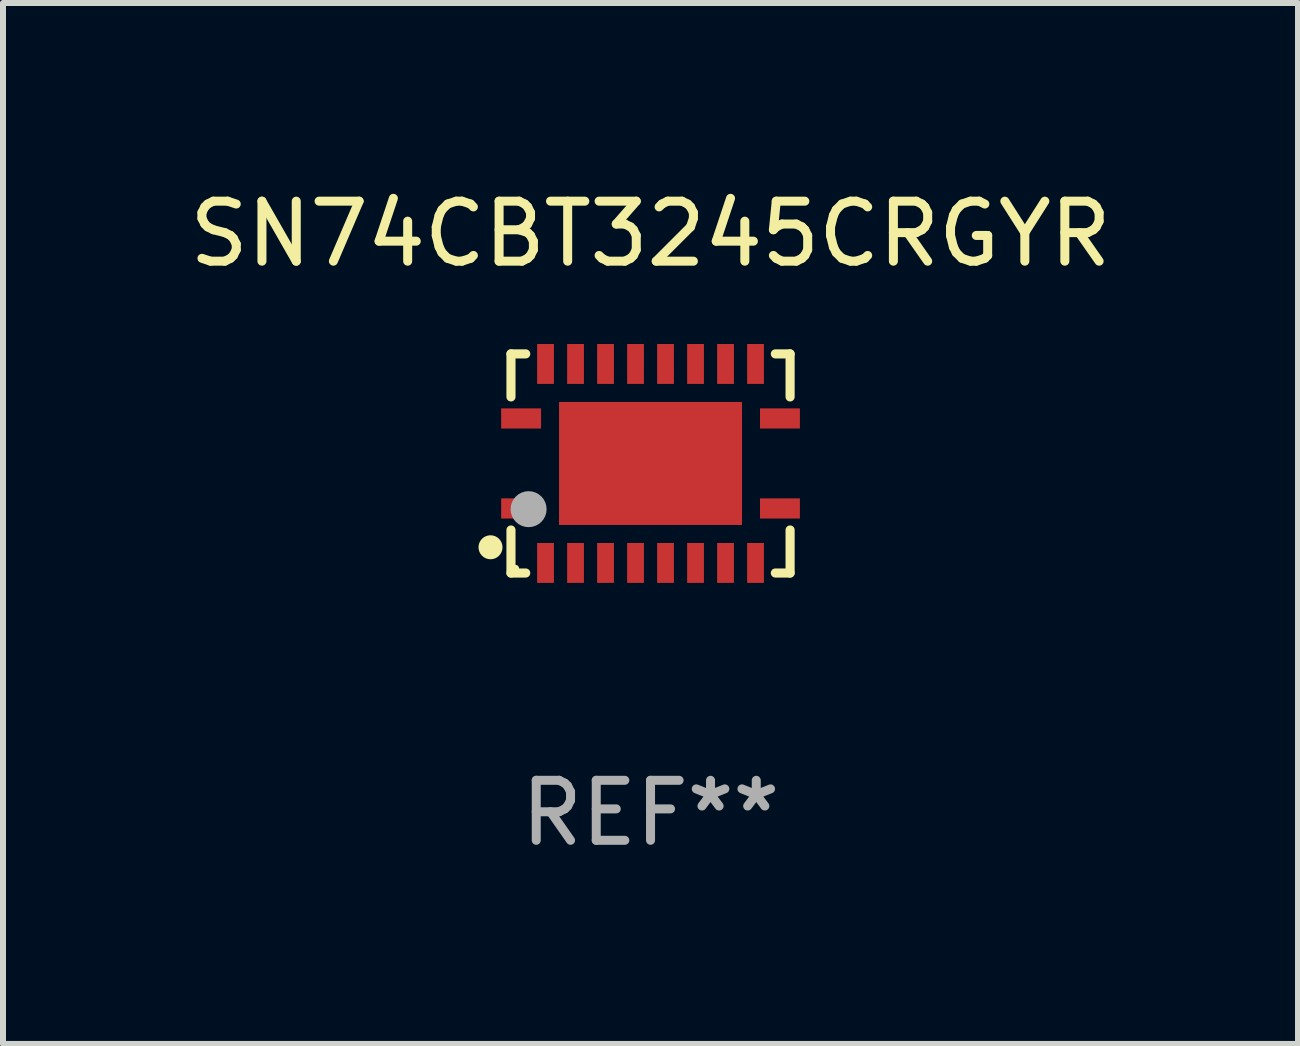
<source format=kicad_pcb>
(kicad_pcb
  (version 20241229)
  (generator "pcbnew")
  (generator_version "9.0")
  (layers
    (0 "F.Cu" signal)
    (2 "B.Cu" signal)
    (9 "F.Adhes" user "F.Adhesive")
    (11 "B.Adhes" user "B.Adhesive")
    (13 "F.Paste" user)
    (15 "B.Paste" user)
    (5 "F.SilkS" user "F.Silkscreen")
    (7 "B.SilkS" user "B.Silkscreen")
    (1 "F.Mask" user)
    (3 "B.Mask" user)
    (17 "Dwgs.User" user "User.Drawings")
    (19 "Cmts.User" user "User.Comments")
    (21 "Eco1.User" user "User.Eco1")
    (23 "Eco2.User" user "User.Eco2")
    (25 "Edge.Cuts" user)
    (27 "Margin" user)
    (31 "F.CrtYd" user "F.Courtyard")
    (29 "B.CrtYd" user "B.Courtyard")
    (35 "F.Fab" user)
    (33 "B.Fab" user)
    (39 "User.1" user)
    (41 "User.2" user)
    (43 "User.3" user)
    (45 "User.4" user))
  (footprint "SN74CBT3245CRGYR"
    (layer "F.Cu")
    (at 7.792 4.674)
    (property "Reference" "SN74CBT3245CRGYR" (at 0 -3.826 0) (layer "F.SilkS") (effects (font (size 1 1) (thickness 0.15))))
    (attr through_hole)
    (fp_line (start -2.326 -1.826) (end -2.08 -1.826) (stroke (width 0.152) (type solid)) (layer "F.SilkS"))
    (fp_line (start -2.326 -1.109) (end -2.326 -1.826) (stroke (width 0.152) (type solid)) (layer "F.SilkS"))
    (fp_line (start -2.326 1.109) (end -2.326 1.826) (stroke (width 0.152) (type solid)) (layer "F.SilkS"))
    (fp_line (start -2.326 1.826) (end -2.08 1.826) (stroke (width 0.152) (type solid)) (layer "F.SilkS"))
    (fp_line (start 2.326 -1.826) (end 2.08 -1.826) (stroke (width 0.152) (type solid)) (layer "F.SilkS"))
    (fp_line (start 2.326 -1.109) (end 2.326 -1.826) (stroke (width 0.152) (type solid)) (layer "F.SilkS"))
    (fp_line (start 2.326 1.109) (end 2.326 1.826) (stroke (width 0.152) (type solid)) (layer "F.SilkS"))
    (fp_line (start 2.326 1.826) (end 2.08 1.826) (stroke (width 0.152) (type solid)) (layer "F.SilkS"))
    (fp_circle (center -2.667 1.397) (end -2.567 1.397) (stroke (width 0.2) (type solid)) (fill no) (layer "F.SilkS"))
    (fp_circle (center -2.25 1.75) (end -2.22 1.75) (stroke (width 0.06) (type solid)) (fill no) (layer "F.SilkS"))
    (fp_circle (center -2.032 0.762) (end -1.882 0.762) (stroke (width 0.3) (type solid)) (fill no) (layer "F.Fab"))
    (fp_text user "REF**" (at 0 5.826 0) (layer "F.Fab") (effects (font (size 1 1) (thickness 0.15))))
    (pad "1" smd rect (at -2.157 0.75) (size 0.665 0.336) (layers "F.Cu" "F.Mask" "F.Paste"))
    (pad "2" smd rect (at -1.75 1.658) (size 0.28 0.665) (layers "F.Cu" "F.Mask" "F.Paste"))
    (pad "3" smd rect (at -1.25 1.658) (size 0.28 0.665) (layers "F.Cu" "F.Mask" "F.Paste"))
    (pad "4" smd rect (at -0.75 1.658) (size 0.28 0.665) (layers "F.Cu" "F.Mask" "F.Paste"))
    (pad "5" smd rect (at -0.25 1.658) (size 0.28 0.665) (layers "F.Cu" "F.Mask" "F.Paste"))
    (pad "6" smd rect (at 0.25 1.658) (size 0.28 0.665) (layers "F.Cu" "F.Mask" "F.Paste"))
    (pad "7" smd rect (at 0.75 1.658) (size 0.28 0.665) (layers "F.Cu" "F.Mask" "F.Paste"))
    (pad "8" smd rect (at 1.25 1.658) (size 0.28 0.665) (layers "F.Cu" "F.Mask" "F.Paste"))
    (pad "9" smd rect (at 1.75 1.658) (size 0.28 0.665) (layers "F.Cu" "F.Mask" "F.Paste"))
    (pad "10" smd rect (at 2.157 0.75) (size 0.665 0.336) (layers "F.Cu" "F.Mask" "F.Paste"))
    (pad "11" smd rect (at 2.157 -0.75) (size 0.665 0.336) (layers "F.Cu" "F.Mask" "F.Paste"))
    (pad "12" smd rect (at 1.75 -1.658) (size 0.28 0.665) (layers "F.Cu" "F.Mask" "F.Paste"))
    (pad "13" smd rect (at 1.25 -1.658) (size 0.28 0.665) (layers "F.Cu" "F.Mask" "F.Paste"))
    (pad "14" smd rect (at 0.75 -1.658) (size 0.28 0.665) (layers "F.Cu" "F.Mask" "F.Paste"))
    (pad "15" smd rect (at 0.25 -1.658) (size 0.28 0.665) (layers "F.Cu" "F.Mask" "F.Paste"))
    (pad "16" smd rect (at -0.25 -1.658) (size 0.28 0.665) (layers "F.Cu" "F.Mask" "F.Paste"))
    (pad "17" smd rect (at -0.75 -1.658) (size 0.28 0.665) (layers "F.Cu" "F.Mask" "F.Paste"))
    (pad "18" smd rect (at -1.25 -1.658) (size 0.28 0.665) (layers "F.Cu" "F.Mask" "F.Paste"))
    (pad "19" smd rect (at -1.75 -1.658) (size 0.28 0.665) (layers "F.Cu" "F.Mask" "F.Paste"))
    (pad "20" smd rect (at -2.157 -0.75) (size 0.665 0.336) (layers "F.Cu" "F.Mask" "F.Paste"))
    (pad "21" smd rect (at 0 0) (size 3.05 2.05) (layers "F.Cu" "F.Mask" "F.Paste")))
  (gr_rect
    (start -3 -3)
    (end 18.583 14.349)
    (stroke (width 0.1) (type default))
    (fill no)
    (layer "Edge.Cuts")))
</source>
